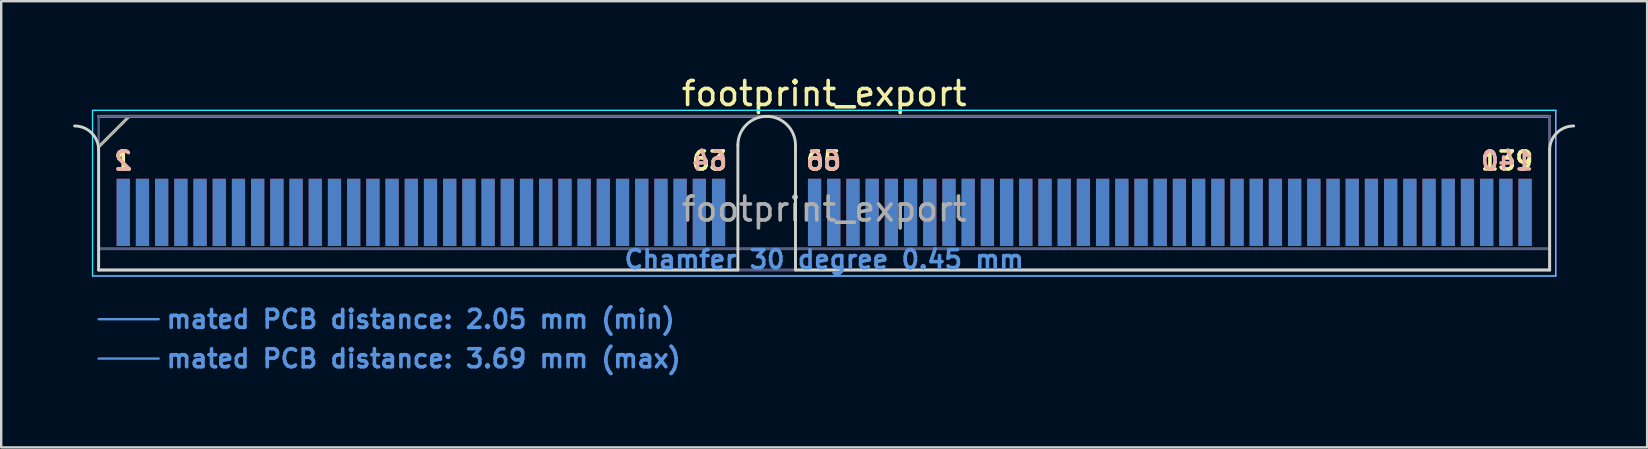
<source format=kicad_pcb>
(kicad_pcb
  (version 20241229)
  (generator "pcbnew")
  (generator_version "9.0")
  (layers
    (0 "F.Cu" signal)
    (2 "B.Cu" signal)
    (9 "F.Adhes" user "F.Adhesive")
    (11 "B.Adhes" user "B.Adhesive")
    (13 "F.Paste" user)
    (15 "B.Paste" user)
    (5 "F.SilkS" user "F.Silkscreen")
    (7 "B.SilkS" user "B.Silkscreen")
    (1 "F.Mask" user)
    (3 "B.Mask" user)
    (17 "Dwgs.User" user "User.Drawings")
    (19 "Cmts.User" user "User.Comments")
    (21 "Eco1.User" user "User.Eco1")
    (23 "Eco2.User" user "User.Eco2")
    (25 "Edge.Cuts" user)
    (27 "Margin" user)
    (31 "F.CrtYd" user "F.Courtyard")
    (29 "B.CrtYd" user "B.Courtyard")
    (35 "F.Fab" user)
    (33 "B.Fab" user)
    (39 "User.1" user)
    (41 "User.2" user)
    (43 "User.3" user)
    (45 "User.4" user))
  (footprint "footprint_export"
    (layer "F.Cu")
    (at 31.285 8.198)
    (property "Reference" "footprint_export" (at 0 -7.35 0) (layer "F.SilkS") (effects (font (size 1 1) (thickness 0.15))))
    (attr exclude_from_pos_files exclude_from_bom)
    (fp_line (start -30.225 -5.13) (end -28.955 -6.4) (stroke (width 0.12) (type solid)) (layer "F.SilkS"))
    (fp_line (start -28.955 -6.4) (end 30.225 -6.4) (stroke (width 0.12) (type solid)) (layer "F.SilkS"))
    (fp_line (start -30.225 -6.4) (end -30.225 -6.4) (stroke (width 0.12) (type solid)) (layer "B.SilkS"))
    (fp_line (start -30.225 -6.4) (end 30.225 -6.4) (stroke (width 0.12) (type solid)) (layer "B.SilkS"))
    (fp_line (start -30.225 2.05) (end -27.725 2.05) (stroke (width 0.1) (type solid)) (layer "Cmts.User"))
    (fp_line (start -30.225 3.69) (end -27.725 3.69) (stroke (width 0.1) (type solid)) (layer "Cmts.User"))
    (fp_line (start -30.225 -5) (end -30.225 0) (stroke (width 0.12) (type solid)) (layer "Edge.Cuts"))
    (fp_line (start -30.225 0) (end -3.595 0) (stroke (width 0.12) (type solid)) (layer "Edge.Cuts"))
    (fp_line (start -3.595 0) (end -3.595 -5.2) (stroke (width 0.12) (type solid)) (layer "Edge.Cuts"))
    (fp_line (start -1.195 -5.2) (end -1.195 0) (stroke (width 0.12) (type solid)) (layer "Edge.Cuts"))
    (fp_line (start -1.195 0) (end 30.225 0) (stroke (width 0.12) (type solid)) (layer "Edge.Cuts"))
    (fp_line (start 30.225 0) (end 30.225 -5) (stroke (width 0.12) (type solid)) (layer "Edge.Cuts"))
    (fp_arc (start -31.225 -6) (mid -30.517893 -5.707107) (end -30.225 -5) (stroke (width 0.12) (type solid)) (layer "Edge.Cuts"))
    (fp_arc (start -3.595 -5.2) (mid -2.395 -6.4) (end -1.195 -5.2) (stroke (width 0.12) (type solid)) (layer "Edge.Cuts"))
    (fp_arc (start 30.225 -5) (mid 30.517893 -5.707107) (end 31.225 -6) (stroke (width 0.12) (type solid)) (layer "Edge.Cuts"))
    (fp_line (start -30.48 -6.65) (end -30.48 0.25) (stroke (width 0.05) (type solid)) (layer "B.CrtYd"))
    (fp_line (start -30.48 0.25) (end 30.48 0.25) (stroke (width 0.05) (type solid)) (layer "B.CrtYd"))
    (fp_line (start 30.48 -6.65) (end -30.48 -6.65) (stroke (width 0.05) (type solid)) (layer "B.CrtYd"))
    (fp_line (start 30.48 0.25) (end 30.48 -6.65) (stroke (width 0.05) (type solid)) (layer "B.CrtYd"))
    (fp_line (start -30.48 -6.65) (end -30.48 0.25) (stroke (width 0.05) (type solid)) (layer "F.CrtYd"))
    (fp_line (start -30.48 0.25) (end 30.48 0.25) (stroke (width 0.05) (type solid)) (layer "F.CrtYd"))
    (fp_line (start 30.48 -6.65) (end -30.48 -6.65) (stroke (width 0.05) (type solid)) (layer "F.CrtYd"))
    (fp_line (start 30.48 0.25) (end 30.48 -6.65) (stroke (width 0.05) (type solid)) (layer "F.CrtYd"))
    (fp_line (start -30.225 -6.4) (end -30.225 -6.4) (stroke (width 0.1) (type solid)) (layer "B.Fab"))
    (fp_line (start -30.225 -6.4) (end -30.225 0) (stroke (width 0.1) (type solid)) (layer "B.Fab"))
    (fp_line (start -30.225 -6.4) (end 30.225 -6.4) (stroke (width 0.1) (type solid)) (layer "B.Fab"))
    (fp_line (start -30.225 -0.88) (end 30.225 -0.88) (stroke (width 0.1) (type solid)) (layer "B.Fab"))
    (fp_line (start -30.225 0) (end 30.225 0) (stroke (width 0.1) (type solid)) (layer "B.Fab"))
    (fp_line (start 30.225 -6.4) (end 30.225 0) (stroke (width 0.1) (type solid)) (layer "B.Fab"))
    (fp_line (start -30.225 -5.13) (end -30.225 0) (stroke (width 0.1) (type solid)) (layer "F.Fab"))
    (fp_line (start -30.225 -5.13) (end -28.955 -6.4) (stroke (width 0.1) (type solid)) (layer "F.Fab"))
    (fp_line (start -30.225 -0.88) (end 30.225 -0.88) (stroke (width 0.1) (type solid)) (layer "F.Fab"))
    (fp_line (start -30.225 0) (end 30.225 0) (stroke (width 0.1) (type solid)) (layer "F.Fab"))
    (fp_line (start -28.955 -6.4) (end 30.225 -6.4) (stroke (width 0.1) (type solid)) (layer "F.Fab"))
    (fp_line (start 30.225 -6.4) (end 30.225 0) (stroke (width 0.1) (type solid)) (layer "F.Fab"))
    (fp_text user "63" (at -4.775 -4.55 0) (layer "F.SilkS") (effects (font (size 0.75 0.75) (thickness 0.15))))
    (fp_text user "65" (at -0.025 -4.55 0) (layer "F.SilkS") (effects (font (size 0.75 0.75) (thickness 0.15))))
    (fp_text user "1" (at -29.2 -4.55 0) (layer "F.SilkS") (effects (font (size 0.75 0.75) (thickness 0.15))))
    (fp_text user "139" (at 28.45 -4.55 0) (layer "F.SilkS") (effects (font (size 0.75 0.75) (thickness 0.15))))
    (fp_text user "140" (at 28.45 -4.55 0) (layer "B.SilkS") (effects (font (size 0.75 0.75) (thickness 0.15)) (justify mirror)))
    (fp_text user "64" (at -4.775 -4.55 0) (layer "B.SilkS") (effects (font (size 0.75 0.75) (thickness 0.15)) (justify mirror)))
    (fp_text user "2" (at -29.2 -4.55 0) (layer "B.SilkS") (effects (font (size 0.75 0.75) (thickness 0.15)) (justify mirror)))
    (fp_text user "66" (at -0.025 -4.55 0) (layer "B.SilkS") (effects (font (size 0.75 0.75) (thickness 0.15)) (justify mirror)))
    (fp_text user "mated PCB distance: 3.69 mm (max)" (at -27.48 3.69 0) (layer "Cmts.User") (effects (font (size 0.75 0.75) (thickness 0.15)) (justify left)))
    (fp_text user "Chamfer 30 degree 0.45 mm" (at 0 -0.44 0) (layer "Cmts.User") (effects (font (size 0.75 0.75) (thickness 0.15))))
    (fp_text user "mated PCB distance: 2.05 mm (min)" (at -27.48 2.05 0) (layer "Cmts.User") (effects (font (size 0.75 0.75) (thickness 0.15)) (justify left)))
    (fp_text user "${REFERENCE}" (at 0 -2.54 0) (layer "F.Fab") (effects (font (size 1 1) (thickness 0.15))))
    (pad "1" connect rect (at -29.2 -2.4) (size 0.55 2.8) (layers "F.Cu" "F.Mask"))
    (pad "2" connect rect (at -29.2 -2.4) (size 0.55 2.8) (layers "B.Cu" "B.Mask"))
    (pad "3" connect rect (at -28.4 -2.4) (size 0.55 2.8) (layers "F.Cu" "F.Mask"))
    (pad "4" connect rect (at -28.4 -2.4) (size 0.55 2.8) (layers "B.Cu" "B.Mask"))
    (pad "5" connect rect (at -27.6 -2.4) (size 0.55 2.8) (layers "F.Cu" "F.Mask"))
    (pad "6" connect rect (at -27.6 -2.4) (size 0.55 2.8) (layers "B.Cu" "B.Mask"))
    (pad "7" connect rect (at -26.8 -2.4) (size 0.55 2.8) (layers "F.Cu" "F.Mask"))
    (pad "8" connect rect (at -26.8 -2.4) (size 0.55 2.8) (layers "B.Cu" "B.Mask"))
    (pad "9" connect rect (at -26 -2.4) (size 0.55 2.8) (layers "F.Cu" "F.Mask"))
    (pad "10" connect rect (at -26 -2.4) (size 0.55 2.8) (layers "B.Cu" "B.Mask"))
    (pad "11" connect rect (at -25.2 -2.4) (size 0.55 2.8) (layers "F.Cu" "F.Mask"))
    (pad "12" connect rect (at -25.2 -2.4) (size 0.55 2.8) (layers "B.Cu" "B.Mask"))
    (pad "13" connect rect (at -24.4 -2.4) (size 0.55 2.8) (layers "F.Cu" "F.Mask"))
    (pad "14" connect rect (at -24.4 -2.4) (size 0.55 2.8) (layers "B.Cu" "B.Mask"))
    (pad "15" connect rect (at -23.6 -2.4) (size 0.55 2.8) (layers "F.Cu" "F.Mask"))
    (pad "16" connect rect (at -23.6 -2.4) (size 0.55 2.8) (layers "B.Cu" "B.Mask"))
    (pad "17" connect rect (at -22.8 -2.4) (size 0.55 2.8) (layers "F.Cu" "F.Mask"))
    (pad "18" connect rect (at -22.8 -2.4) (size 0.55 2.8) (layers "B.Cu" "B.Mask"))
    (pad "19" connect rect (at -22 -2.4) (size 0.55 2.8) (layers "F.Cu" "F.Mask"))
    (pad "20" connect rect (at -22 -2.4) (size 0.55 2.8) (layers "B.Cu" "B.Mask"))
    (pad "21" connect rect (at -21.2 -2.4) (size 0.55 2.8) (layers "F.Cu" "F.Mask"))
    (pad "22" connect rect (at -21.2 -2.4) (size 0.55 2.8) (layers "B.Cu" "B.Mask"))
    (pad "23" connect rect (at -20.4 -2.4) (size 0.55 2.8) (layers "F.Cu" "F.Mask"))
    (pad "24" connect rect (at -20.4 -2.4) (size 0.55 2.8) (layers "B.Cu" "B.Mask"))
    (pad "25" connect rect (at -19.6 -2.4) (size 0.55 2.8) (layers "F.Cu" "F.Mask"))
    (pad "26" connect rect (at -19.6 -2.4) (size 0.55 2.8) (layers "B.Cu" "B.Mask"))
    (pad "27" connect rect (at -18.8 -2.4) (size 0.55 2.8) (layers "F.Cu" "F.Mask"))
    (pad "28" connect rect (at -18.8 -2.4) (size 0.55 2.8) (layers "B.Cu" "B.Mask"))
    (pad "29" connect rect (at -18 -2.4) (size 0.55 2.8) (layers "F.Cu" "F.Mask"))
    (pad "30" connect rect (at -18 -2.4) (size 0.55 2.8) (layers "B.Cu" "B.Mask"))
    (pad "31" connect rect (at -17.2 -2.4) (size 0.55 2.8) (layers "F.Cu" "F.Mask"))
    (pad "32" connect rect (at -17.2 -2.4) (size 0.55 2.8) (layers "B.Cu" "B.Mask"))
    (pad "33" connect rect (at -16.4 -2.4) (size 0.55 2.8) (layers "F.Cu" "F.Mask"))
    (pad "34" connect rect (at -16.4 -2.4) (size 0.55 2.8) (layers "B.Cu" "B.Mask"))
    (pad "35" connect rect (at -15.6 -2.4) (size 0.55 2.8) (layers "F.Cu" "F.Mask"))
    (pad "36" connect rect (at -15.6 -2.4) (size 0.55 2.8) (layers "B.Cu" "B.Mask"))
    (pad "37" connect rect (at -14.8 -2.4) (size 0.55 2.8) (layers "F.Cu" "F.Mask"))
    (pad "38" connect rect (at -14.8 -2.4) (size 0.55 2.8) (layers "B.Cu" "B.Mask"))
    (pad "39" connect rect (at -14 -2.4) (size 0.55 2.8) (layers "F.Cu" "F.Mask"))
    (pad "40" connect rect (at -14 -2.4) (size 0.55 2.8) (layers "B.Cu" "B.Mask"))
    (pad "41" connect rect (at -13.2 -2.4) (size 0.55 2.8) (layers "F.Cu" "F.Mask"))
    (pad "42" connect rect (at -13.2 -2.4) (size 0.55 2.8) (layers "B.Cu" "B.Mask"))
    (pad "43" connect rect (at -12.4 -2.4) (size 0.55 2.8) (layers "F.Cu" "F.Mask"))
    (pad "44" connect rect (at -12.4 -2.4) (size 0.55 2.8) (layers "B.Cu" "B.Mask"))
    (pad "45" connect rect (at -11.6 -2.4) (size 0.55 2.8) (layers "F.Cu" "F.Mask"))
    (pad "46" connect rect (at -11.6 -2.4) (size 0.55 2.8) (layers "B.Cu" "B.Mask"))
    (pad "47" connect rect (at -10.8 -2.4) (size 0.55 2.8) (layers "F.Cu" "F.Mask"))
    (pad "48" connect rect (at -10.8 -2.4) (size 0.55 2.8) (layers "B.Cu" "B.Mask"))
    (pad "49" connect rect (at -10 -2.4) (size 0.55 2.8) (layers "F.Cu" "F.Mask"))
    (pad "50" connect rect (at -10 -2.4) (size 0.55 2.8) (layers "B.Cu" "B.Mask"))
    (pad "51" connect rect (at -9.2 -2.4) (size 0.55 2.8) (layers "F.Cu" "F.Mask"))
    (pad "52" connect rect (at -9.2 -2.4) (size 0.55 2.8) (layers "B.Cu" "B.Mask"))
    (pad "53" connect rect (at -8.4 -2.4) (size 0.55 2.8) (layers "F.Cu" "F.Mask"))
    (pad "54" connect rect (at -8.4 -2.4) (size 0.55 2.8) (layers "B.Cu" "B.Mask"))
    (pad "55" connect rect (at -7.6 -2.4) (size 0.55 2.8) (layers "F.Cu" "F.Mask"))
    (pad "56" connect rect (at -7.6 -2.4) (size 0.55 2.8) (layers "B.Cu" "B.Mask"))
    (pad "57" connect rect (at -6.8 -2.4) (size 0.55 2.8) (layers "F.Cu" "F.Mask"))
    (pad "58" connect rect (at -6.8 -2.4) (size 0.55 2.8) (layers "B.Cu" "B.Mask"))
    (pad "59" connect rect (at -6 -2.4) (size 0.55 2.8) (layers "F.Cu" "F.Mask"))
    (pad "60" connect rect (at -6 -2.4) (size 0.55 2.8) (layers "B.Cu" "B.Mask"))
    (pad "61" connect rect (at -5.2 -2.4) (size 0.55 2.8) (layers "F.Cu" "F.Mask"))
    (pad "62" connect rect (at -5.2 -2.4) (size 0.55 2.8) (layers "B.Cu" "B.Mask"))
    (pad "63" connect rect (at -4.4 -2.4) (size 0.55 2.8) (layers "F.Cu" "F.Mask"))
    (pad "64" connect rect (at -4.4 -2.4) (size 0.55 2.8) (layers "B.Cu" "B.Mask"))
    (pad "65" connect rect (at -0.4 -2.4) (size 0.55 2.8) (layers "F.Cu" "F.Mask"))
    (pad "66" connect rect (at -0.4 -2.4) (size 0.55 2.8) (layers "B.Cu" "B.Mask"))
    (pad "67" connect rect (at 0.4 -2.4) (size 0.55 2.8) (layers "F.Cu" "F.Mask"))
    (pad "68" connect rect (at 0.4 -2.4) (size 0.55 2.8) (layers "B.Cu" "B.Mask"))
    (pad "69" connect rect (at 1.2 -2.4) (size 0.55 2.8) (layers "F.Cu" "F.Mask"))
    (pad "70" connect rect (at 1.2 -2.4) (size 0.55 2.8) (layers "B.Cu" "B.Mask"))
    (pad "71" connect rect (at 2 -2.4) (size 0.55 2.8) (layers "F.Cu" "F.Mask"))
    (pad "72" connect rect (at 2 -2.4) (size 0.55 2.8) (layers "B.Cu" "B.Mask"))
    (pad "73" connect rect (at 2.8 -2.4) (size 0.55 2.8) (layers "F.Cu" "F.Mask"))
    (pad "74" connect rect (at 2.8 -2.4) (size 0.55 2.8) (layers "B.Cu" "B.Mask"))
    (pad "75" connect rect (at 3.6 -2.4) (size 0.55 2.8) (layers "F.Cu" "F.Mask"))
    (pad "76" connect rect (at 3.6 -2.4) (size 0.55 2.8) (layers "B.Cu" "B.Mask"))
    (pad "77" connect rect (at 4.4 -2.4) (size 0.55 2.8) (layers "F.Cu" "F.Mask"))
    (pad "78" connect rect (at 4.4 -2.4) (size 0.55 2.8) (layers "B.Cu" "B.Mask"))
    (pad "79" connect rect (at 5.2 -2.4) (size 0.55 2.8) (layers "F.Cu" "F.Mask"))
    (pad "80" connect rect (at 5.2 -2.4) (size 0.55 2.8) (layers "B.Cu" "B.Mask"))
    (pad "81" connect rect (at 6 -2.4) (size 0.55 2.8) (layers "F.Cu" "F.Mask"))
    (pad "82" connect rect (at 6 -2.4) (size 0.55 2.8) (layers "B.Cu" "B.Mask"))
    (pad "83" connect rect (at 6.8 -2.4) (size 0.55 2.8) (layers "F.Cu" "F.Mask"))
    (pad "84" connect rect (at 6.8 -2.4) (size 0.55 2.8) (layers "B.Cu" "B.Mask"))
    (pad "85" connect rect (at 7.6 -2.4) (size 0.55 2.8) (layers "F.Cu" "F.Mask"))
    (pad "86" connect rect (at 7.6 -2.4) (size 0.55 2.8) (layers "B.Cu" "B.Mask"))
    (pad "87" connect rect (at 8.4 -2.4) (size 0.55 2.8) (layers "F.Cu" "F.Mask"))
    (pad "88" connect rect (at 8.4 -2.4) (size 0.55 2.8) (layers "B.Cu" "B.Mask"))
    (pad "89" connect rect (at 9.2 -2.4) (size 0.55 2.8) (layers "F.Cu" "F.Mask"))
    (pad "90" connect rect (at 9.2 -2.4) (size 0.55 2.8) (layers "B.Cu" "B.Mask"))
    (pad "91" connect rect (at 10 -2.4) (size 0.55 2.8) (layers "F.Cu" "F.Mask"))
    (pad "92" connect rect (at 10 -2.4) (size 0.55 2.8) (layers "B.Cu" "B.Mask"))
    (pad "93" connect rect (at 10.8 -2.4) (size 0.55 2.8) (layers "F.Cu" "F.Mask"))
    (pad "94" connect rect (at 10.8 -2.4) (size 0.55 2.8) (layers "B.Cu" "B.Mask"))
    (pad "95" connect rect (at 11.6 -2.4) (size 0.55 2.8) (layers "F.Cu" "F.Mask"))
    (pad "96" connect rect (at 11.6 -2.4) (size 0.55 2.8) (layers "B.Cu" "B.Mask"))
    (pad "97" connect rect (at 12.4 -2.4) (size 0.55 2.8) (layers "F.Cu" "F.Mask"))
    (pad "98" connect rect (at 12.4 -2.4) (size 0.55 2.8) (layers "B.Cu" "B.Mask"))
    (pad "99" connect rect (at 13.2 -2.4) (size 0.55 2.8) (layers "F.Cu" "F.Mask"))
    (pad "100" connect rect (at 13.2 -2.4) (size 0.55 2.8) (layers "B.Cu" "B.Mask"))
    (pad "101" connect rect (at 14 -2.4) (size 0.55 2.8) (layers "F.Cu" "F.Mask"))
    (pad "102" connect rect (at 14 -2.4) (size 0.55 2.8) (layers "B.Cu" "B.Mask"))
    (pad "103" connect rect (at 14.8 -2.4) (size 0.55 2.8) (layers "F.Cu" "F.Mask"))
    (pad "104" connect rect (at 14.8 -2.4) (size 0.55 2.8) (layers "B.Cu" "B.Mask"))
    (pad "105" connect rect (at 15.6 -2.4) (size 0.55 2.8) (layers "F.Cu" "F.Mask"))
    (pad "106" connect rect (at 15.6 -2.4) (size 0.55 2.8) (layers "B.Cu" "B.Mask"))
    (pad "107" connect rect (at 16.4 -2.4) (size 0.55 2.8) (layers "F.Cu" "F.Mask"))
    (pad "108" connect rect (at 16.4 -2.4) (size 0.55 2.8) (layers "B.Cu" "B.Mask"))
    (pad "109" connect rect (at 17.2 -2.4) (size 0.55 2.8) (layers "F.Cu" "F.Mask"))
    (pad "110" connect rect (at 17.2 -2.4) (size 0.55 2.8) (layers "B.Cu" "B.Mask"))
    (pad "111" connect rect (at 18 -2.4) (size 0.55 2.8) (layers "F.Cu" "F.Mask"))
    (pad "112" connect rect (at 18 -2.4) (size 0.55 2.8) (layers "B.Cu" "B.Mask"))
    (pad "113" connect rect (at 18.8 -2.4) (size 0.55 2.8) (layers "F.Cu" "F.Mask"))
    (pad "114" connect rect (at 18.8 -2.4) (size 0.55 2.8) (layers "B.Cu" "B.Mask"))
    (pad "115" connect rect (at 19.6 -2.4) (size 0.55 2.8) (layers "F.Cu" "F.Mask"))
    (pad "116" connect rect (at 19.6 -2.4) (size 0.55 2.8) (layers "B.Cu" "B.Mask"))
    (pad "117" connect rect (at 20.4 -2.4) (size 0.55 2.8) (layers "F.Cu" "F.Mask"))
    (pad "118" connect rect (at 20.4 -2.4) (size 0.55 2.8) (layers "B.Cu" "B.Mask"))
    (pad "119" connect rect (at 21.2 -2.4) (size 0.55 2.8) (layers "F.Cu" "F.Mask"))
    (pad "120" connect rect (at 21.2 -2.4) (size 0.55 2.8) (layers "B.Cu" "B.Mask"))
    (pad "121" connect rect (at 22 -2.4) (size 0.55 2.8) (layers "F.Cu" "F.Mask"))
    (pad "122" connect rect (at 22 -2.4) (size 0.55 2.8) (layers "B.Cu" "B.Mask"))
    (pad "123" connect rect (at 22.8 -2.4) (size 0.55 2.8) (layers "F.Cu" "F.Mask"))
    (pad "124" connect rect (at 22.8 -2.4) (size 0.55 2.8) (layers "B.Cu" "B.Mask"))
    (pad "125" connect rect (at 23.6 -2.4) (size 0.55 2.8) (layers "F.Cu" "F.Mask"))
    (pad "126" connect rect (at 23.6 -2.4) (size 0.55 2.8) (layers "B.Cu" "B.Mask"))
    (pad "127" connect rect (at 24.4 -2.4) (size 0.55 2.8) (layers "F.Cu" "F.Mask"))
    (pad "128" connect rect (at 24.4 -2.4) (size 0.55 2.8) (layers "B.Cu" "B.Mask"))
    (pad "129" connect rect (at 25.2 -2.4) (size 0.55 2.8) (layers "F.Cu" "F.Mask"))
    (pad "130" connect rect (at 25.2 -2.4) (size 0.55 2.8) (layers "B.Cu" "B.Mask"))
    (pad "131" connect rect (at 26 -2.4) (size 0.55 2.8) (layers "F.Cu" "F.Mask"))
    (pad "132" connect rect (at 26 -2.4) (size 0.55 2.8) (layers "B.Cu" "B.Mask"))
    (pad "133" connect rect (at 26.8 -2.4) (size 0.55 2.8) (layers "F.Cu" "F.Mask"))
    (pad "134" connect rect (at 26.8 -2.4) (size 0.55 2.8) (layers "B.Cu" "B.Mask"))
    (pad "135" connect rect (at 27.6 -2.4) (size 0.55 2.8) (layers "F.Cu" "F.Mask"))
    (pad "136" connect rect (at 27.6 -2.4) (size 0.55 2.8) (layers "B.Cu" "B.Mask"))
    (pad "137" connect rect (at 28.4 -2.4) (size 0.55 2.8) (layers "F.Cu" "F.Mask"))
    (pad "138" connect rect (at 28.4 -2.4) (size 0.55 2.8) (layers "B.Cu" "B.Mask"))
    (pad "139" connect rect (at 29.2 -2.4) (size 0.55 2.8) (layers "F.Cu" "F.Mask"))
    (pad "140" connect rect (at 29.2 -2.4) (size 0.55 2.8) (layers "B.Cu" "B.Mask")))
  (gr_rect
    (start -3 -3)
    (end 65.57 15.59)
    (stroke (width 0.1) (type default))
    (fill no)
    (layer "Edge.Cuts")))
</source>
